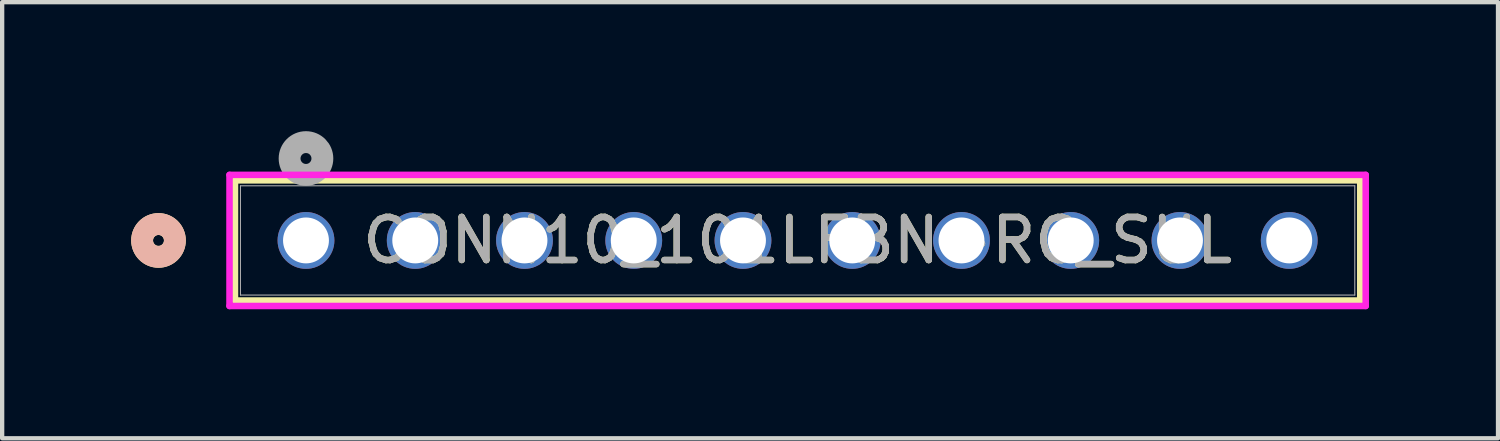
<source format=kicad_pcb>
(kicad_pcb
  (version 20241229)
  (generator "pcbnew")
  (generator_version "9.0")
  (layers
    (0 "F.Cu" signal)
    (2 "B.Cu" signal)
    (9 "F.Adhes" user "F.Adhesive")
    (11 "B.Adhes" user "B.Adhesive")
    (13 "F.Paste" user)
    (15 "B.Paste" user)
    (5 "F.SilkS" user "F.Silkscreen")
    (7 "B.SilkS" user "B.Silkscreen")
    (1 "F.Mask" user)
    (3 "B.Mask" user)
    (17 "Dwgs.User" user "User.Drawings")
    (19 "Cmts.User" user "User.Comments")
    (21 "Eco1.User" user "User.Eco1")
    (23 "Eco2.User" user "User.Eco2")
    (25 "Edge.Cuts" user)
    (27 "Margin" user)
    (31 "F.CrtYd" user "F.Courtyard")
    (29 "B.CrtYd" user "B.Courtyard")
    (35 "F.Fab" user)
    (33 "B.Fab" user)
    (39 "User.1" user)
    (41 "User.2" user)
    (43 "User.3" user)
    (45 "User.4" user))
  (footprint "CONN10_101LFBN-RC_SUL"
    (layer "F.Cu")
    (at 4.064 2.54)
    (property "Reference" "CONN10_101LFBN-RC_SUL" (at 11.43 0 0) (unlocked yes) (layer "F.SilkS") (effects (font (size 1 1) (thickness 0.15))))
    (attr through_hole)
    (fp_line (start -1.651 -1.397) (end -1.651 1.397) (stroke (width 0.152) (type solid)) (layer "F.SilkS"))
    (fp_line (start -1.651 1.397) (end 24.511 1.397) (stroke (width 0.152) (type solid)) (layer "F.SilkS"))
    (fp_line (start 24.511 -1.397) (end -1.651 -1.397) (stroke (width 0.152) (type solid)) (layer "F.SilkS"))
    (fp_line (start 24.511 1.397) (end 24.511 -1.397) (stroke (width 0.152) (type solid)) (layer "F.SilkS"))
    (fp_circle (center -3.429 0) (end -3.048 0) (stroke (width 0.508) (type solid)) (fill no) (layer "F.SilkS"))
    (fp_circle (center -3.429 0) (end -3.048 0) (stroke (width 0.508) (type solid)) (fill no) (layer "B.SilkS"))
    (fp_line (start -1.778 -1.524) (end -1.778 1.524) (stroke (width 0.152) (type solid)) (layer "F.CrtYd"))
    (fp_line (start -1.778 1.524) (end 24.638 1.524) (stroke (width 0.152) (type solid)) (layer "F.CrtYd"))
    (fp_line (start 24.638 -1.524) (end -1.778 -1.524) (stroke (width 0.152) (type solid)) (layer "F.CrtYd"))
    (fp_line (start 24.638 1.524) (end 24.638 -1.524) (stroke (width 0.152) (type solid)) (layer "F.CrtYd"))
    (fp_line (start -1.524 -1.27) (end -1.524 1.27) (stroke (width 0.025) (type solid)) (layer "F.Fab"))
    (fp_line (start -1.524 1.27) (end 24.384 1.27) (stroke (width 0.025) (type solid)) (layer "F.Fab"))
    (fp_line (start 24.384 -1.27) (end -1.524 -1.27) (stroke (width 0.025) (type solid)) (layer "F.Fab"))
    (fp_line (start 24.384 1.27) (end 24.384 -1.27) (stroke (width 0.025) (type solid)) (layer "F.Fab"))
    (fp_circle (center 0 -1.905) (end 0.381 -1.905) (stroke (width 0.508) (type solid)) (fill no) (layer "F.Fab"))
    (fp_text user "${REFERENCE}" (at 11.43 0 0) (unlocked yes) (layer "F.Fab") (effects (font (size 1 1) (thickness 0.15))))
    (pad "1" thru_hole circle (at 0 0) (size 1.321 1.321) (drill 1.067) (layers "*.Cu" "*.Mask"))
    (pad "2" thru_hole circle (at 2.54 0) (size 1.321 1.321) (drill 1.067) (layers "*.Cu" "*.Mask"))
    (pad "3" thru_hole circle (at 5.08 0) (size 1.321 1.321) (drill 1.067) (layers "*.Cu" "*.Mask"))
    (pad "4" thru_hole circle (at 7.62 0) (size 1.321 1.321) (drill 1.067) (layers "*.Cu" "*.Mask"))
    (pad "5" thru_hole circle (at 10.16 0) (size 1.321 1.321) (drill 1.067) (layers "*.Cu" "*.Mask"))
    (pad "6" thru_hole circle (at 12.7 0) (size 1.321 1.321) (drill 1.067) (layers "*.Cu" "*.Mask"))
    (pad "7" thru_hole circle (at 15.24 0) (size 1.321 1.321) (drill 1.067) (layers "*.Cu" "*.Mask"))
    (pad "8" thru_hole circle (at 17.78 0) (size 1.321 1.321) (drill 1.067) (layers "*.Cu" "*.Mask"))
    (pad "9" thru_hole circle (at 20.32 0) (size 1.321 1.321) (drill 1.067) (layers "*.Cu" "*.Mask"))
    (pad "10" thru_hole circle (at 22.86 0) (size 1.321 1.321) (drill 1.067) (layers "*.Cu" "*.Mask")))
  (gr_rect
    (start -3 -3)
    (end 31.778 7.14)
    (stroke (width 0.1) (type default))
    (fill no)
    (layer "Edge.Cuts")))
</source>
